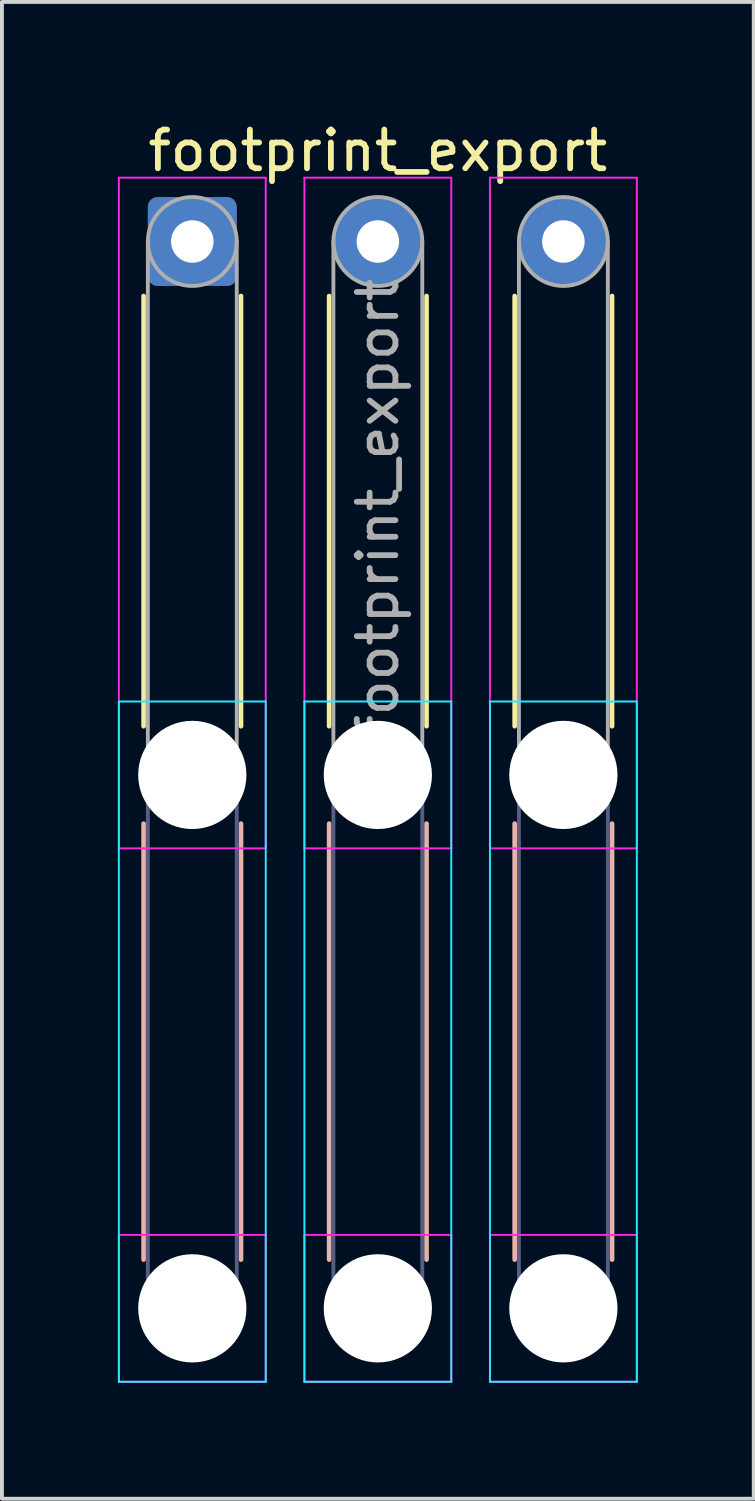
<source format=kicad_pcb>
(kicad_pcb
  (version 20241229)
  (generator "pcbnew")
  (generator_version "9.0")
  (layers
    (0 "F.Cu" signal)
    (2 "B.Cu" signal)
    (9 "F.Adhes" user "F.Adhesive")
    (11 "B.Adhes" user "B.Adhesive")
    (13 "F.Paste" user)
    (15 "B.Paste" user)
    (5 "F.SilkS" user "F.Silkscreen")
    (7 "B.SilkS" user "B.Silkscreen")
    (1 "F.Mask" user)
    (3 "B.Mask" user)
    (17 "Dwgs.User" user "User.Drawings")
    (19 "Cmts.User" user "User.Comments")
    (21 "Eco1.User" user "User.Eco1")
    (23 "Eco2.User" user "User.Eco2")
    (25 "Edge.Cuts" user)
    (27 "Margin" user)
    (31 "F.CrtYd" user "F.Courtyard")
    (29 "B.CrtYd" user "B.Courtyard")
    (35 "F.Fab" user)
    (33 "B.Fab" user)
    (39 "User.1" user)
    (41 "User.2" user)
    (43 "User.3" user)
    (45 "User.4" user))
  (footprint "footprint_export"
    (layer "F.Cu")
    (at 1.925 3.198)
    (property "Reference" "footprint_export" (at 4.8 -2.35 0) (layer "F.SilkS") (effects (font (size 1 1) (thickness 0.15))))
    (attr exclude_from_pos_files exclude_from_bom)
    (fp_line (start -1.26 1.41) (end -1.26 12.54) (stroke (width 0.12) (type solid)) (layer "F.SilkS"))
    (fp_line (start 1.26 1.41) (end 1.26 12.54) (stroke (width 0.12) (type solid)) (layer "F.SilkS"))
    (fp_line (start 3.54 1.41) (end 3.54 12.54) (stroke (width 0.12) (type solid)) (layer "F.SilkS"))
    (fp_line (start 6.06 1.41) (end 6.06 12.54) (stroke (width 0.12) (type solid)) (layer "F.SilkS"))
    (fp_line (start 8.34 1.41) (end 8.34 12.54) (stroke (width 0.12) (type solid)) (layer "F.SilkS"))
    (fp_line (start 10.86 1.41) (end 10.86 12.54) (stroke (width 0.12) (type solid)) (layer "F.SilkS"))
    (fp_line (start -1.26 15.06) (end -1.26 26.34) (stroke (width 0.12) (type solid)) (layer "B.SilkS"))
    (fp_line (start 1.26 15.06) (end 1.26 26.34) (stroke (width 0.12) (type solid)) (layer "B.SilkS"))
    (fp_line (start 3.54 15.06) (end 3.54 26.34) (stroke (width 0.12) (type solid)) (layer "B.SilkS"))
    (fp_line (start 6.06 15.06) (end 6.06 26.34) (stroke (width 0.12) (type solid)) (layer "B.SilkS"))
    (fp_line (start 8.34 15.06) (end 8.34 26.34) (stroke (width 0.12) (type solid)) (layer "B.SilkS"))
    (fp_line (start 10.86 15.06) (end 10.86 26.34) (stroke (width 0.12) (type solid)) (layer "B.SilkS"))
    (fp_line (start -1.9 11.9) (end -1.9 29.5) (stroke (width 0.05) (type solid)) (layer "B.CrtYd"))
    (fp_line (start -1.9 29.5) (end 1.9 29.5) (stroke (width 0.05) (type solid)) (layer "B.CrtYd"))
    (fp_line (start 1.9 11.9) (end -1.9 11.9) (stroke (width 0.05) (type solid)) (layer "B.CrtYd"))
    (fp_line (start 1.9 29.5) (end 1.9 11.9) (stroke (width 0.05) (type solid)) (layer "B.CrtYd"))
    (fp_line (start 2.9 11.9) (end 2.9 29.5) (stroke (width 0.05) (type solid)) (layer "B.CrtYd"))
    (fp_line (start 2.9 29.5) (end 6.7 29.5) (stroke (width 0.05) (type solid)) (layer "B.CrtYd"))
    (fp_line (start 6.7 11.9) (end 2.9 11.9) (stroke (width 0.05) (type solid)) (layer "B.CrtYd"))
    (fp_line (start 6.7 29.5) (end 6.7 11.9) (stroke (width 0.05) (type solid)) (layer "B.CrtYd"))
    (fp_line (start 7.7 11.9) (end 7.7 29.5) (stroke (width 0.05) (type solid)) (layer "B.CrtYd"))
    (fp_line (start 7.7 29.5) (end 11.5 29.5) (stroke (width 0.05) (type solid)) (layer "B.CrtYd"))
    (fp_line (start 11.5 11.9) (end 7.7 11.9) (stroke (width 0.05) (type solid)) (layer "B.CrtYd"))
    (fp_line (start 11.5 29.5) (end 11.5 11.9) (stroke (width 0.05) (type solid)) (layer "B.CrtYd"))
    (fp_line (start -1.9 -1.65) (end -1.9 15.7) (stroke (width 0.05) (type solid)) (layer "F.CrtYd"))
    (fp_line (start -1.9 15.7) (end 1.9 15.7) (stroke (width 0.05) (type solid)) (layer "F.CrtYd"))
    (fp_line (start -1.9 25.7) (end -1.9 29.5) (stroke (width 0.05) (type solid)) (layer "F.CrtYd"))
    (fp_line (start -1.9 29.5) (end 1.9 29.5) (stroke (width 0.05) (type solid)) (layer "F.CrtYd"))
    (fp_line (start 1.9 -1.65) (end -1.9 -1.65) (stroke (width 0.05) (type solid)) (layer "F.CrtYd"))
    (fp_line (start 1.9 15.7) (end 1.9 -1.65) (stroke (width 0.05) (type solid)) (layer "F.CrtYd"))
    (fp_line (start 1.9 25.7) (end -1.9 25.7) (stroke (width 0.05) (type solid)) (layer "F.CrtYd"))
    (fp_line (start 1.9 29.5) (end 1.9 25.7) (stroke (width 0.05) (type solid)) (layer "F.CrtYd"))
    (fp_line (start 2.9 -1.65) (end 2.9 15.7) (stroke (width 0.05) (type solid)) (layer "F.CrtYd"))
    (fp_line (start 2.9 15.7) (end 6.7 15.7) (stroke (width 0.05) (type solid)) (layer "F.CrtYd"))
    (fp_line (start 2.9 25.7) (end 2.9 29.5) (stroke (width 0.05) (type solid)) (layer "F.CrtYd"))
    (fp_line (start 2.9 29.5) (end 6.7 29.5) (stroke (width 0.05) (type solid)) (layer "F.CrtYd"))
    (fp_line (start 6.7 -1.65) (end 2.9 -1.65) (stroke (width 0.05) (type solid)) (layer "F.CrtYd"))
    (fp_line (start 6.7 15.7) (end 6.7 -1.65) (stroke (width 0.05) (type solid)) (layer "F.CrtYd"))
    (fp_line (start 6.7 25.7) (end 2.9 25.7) (stroke (width 0.05) (type solid)) (layer "F.CrtYd"))
    (fp_line (start 6.7 29.5) (end 6.7 25.7) (stroke (width 0.05) (type solid)) (layer "F.CrtYd"))
    (fp_line (start 7.7 -1.65) (end 7.7 15.7) (stroke (width 0.05) (type solid)) (layer "F.CrtYd"))
    (fp_line (start 7.7 15.7) (end 11.5 15.7) (stroke (width 0.05) (type solid)) (layer "F.CrtYd"))
    (fp_line (start 7.7 25.7) (end 7.7 29.5) (stroke (width 0.05) (type solid)) (layer "F.CrtYd"))
    (fp_line (start 7.7 29.5) (end 11.5 29.5) (stroke (width 0.05) (type solid)) (layer "F.CrtYd"))
    (fp_line (start 11.5 -1.65) (end 7.7 -1.65) (stroke (width 0.05) (type solid)) (layer "F.CrtYd"))
    (fp_line (start 11.5 15.7) (end 11.5 -1.65) (stroke (width 0.05) (type solid)) (layer "F.CrtYd"))
    (fp_line (start 11.5 25.7) (end 7.7 25.7) (stroke (width 0.05) (type solid)) (layer "F.CrtYd"))
    (fp_line (start 11.5 29.5) (end 11.5 25.7) (stroke (width 0.05) (type solid)) (layer "F.CrtYd"))
    (fp_line (start -1.15 13.8) (end -1.15 27.6) (stroke (width 0.1) (type solid)) (layer "B.Fab"))
    (fp_line (start 1.15 13.8) (end 1.15 27.6) (stroke (width 0.1) (type solid)) (layer "B.Fab"))
    (fp_line (start 3.65 13.8) (end 3.65 27.6) (stroke (width 0.1) (type solid)) (layer "B.Fab"))
    (fp_line (start 5.95 13.8) (end 5.95 27.6) (stroke (width 0.1) (type solid)) (layer "B.Fab"))
    (fp_line (start 8.45 13.8) (end 8.45 27.6) (stroke (width 0.1) (type solid)) (layer "B.Fab"))
    (fp_line (start 10.75 13.8) (end 10.75 27.6) (stroke (width 0.1) (type solid)) (layer "B.Fab"))
    (fp_circle (center 0 13.8) (end 1.15 13.8) (stroke (width 0.1) (type solid)) (fill no) (layer "B.Fab"))
    (fp_circle (center 0 27.6) (end 1.15 27.6) (stroke (width 0.1) (type solid)) (fill no) (layer "B.Fab"))
    (fp_circle (center 4.8 13.8) (end 5.95 13.8) (stroke (width 0.1) (type solid)) (fill no) (layer "B.Fab"))
    (fp_circle (center 4.8 27.6) (end 5.95 27.6) (stroke (width 0.1) (type solid)) (fill no) (layer "B.Fab"))
    (fp_circle (center 9.6 13.8) (end 10.75 13.8) (stroke (width 0.1) (type solid)) (fill no) (layer "B.Fab"))
    (fp_circle (center 9.6 27.6) (end 10.75 27.6) (stroke (width 0.1) (type solid)) (fill no) (layer "B.Fab"))
    (fp_line (start -1.15 0) (end -1.15 13.8) (stroke (width 0.1) (type solid)) (layer "F.Fab"))
    (fp_line (start 1.15 0) (end 1.15 13.8) (stroke (width 0.1) (type solid)) (layer "F.Fab"))
    (fp_line (start 3.65 0) (end 3.65 13.8) (stroke (width 0.1) (type solid)) (layer "F.Fab"))
    (fp_line (start 5.95 0) (end 5.95 13.8) (stroke (width 0.1) (type solid)) (layer "F.Fab"))
    (fp_line (start 8.45 0) (end 8.45 13.8) (stroke (width 0.1) (type solid)) (layer "F.Fab"))
    (fp_line (start 10.75 0) (end 10.75 13.8) (stroke (width 0.1) (type solid)) (layer "F.Fab"))
    (fp_circle (center 0 0) (end 1.15 0) (stroke (width 0.1) (type solid)) (fill no) (layer "F.Fab"))
    (fp_circle (center 0 13.8) (end 1.15 13.8) (stroke (width 0.1) (type solid)) (fill no) (layer "F.Fab"))
    (fp_circle (center 0 27.6) (end 1.15 27.6) (stroke (width 0.1) (type solid)) (fill no) (layer "F.Fab"))
    (fp_circle (center 4.8 0) (end 5.95 0) (stroke (width 0.1) (type solid)) (fill no) (layer "F.Fab"))
    (fp_circle (center 4.8 13.8) (end 5.95 13.8) (stroke (width 0.1) (type solid)) (fill no) (layer "F.Fab"))
    (fp_circle (center 4.8 27.6) (end 5.95 27.6) (stroke (width 0.1) (type solid)) (fill no) (layer "F.Fab"))
    (fp_circle (center 9.6 0) (end 10.75 0) (stroke (width 0.1) (type solid)) (fill no) (layer "F.Fab"))
    (fp_circle (center 9.6 13.8) (end 10.75 13.8) (stroke (width 0.1) (type solid)) (fill no) (layer "F.Fab"))
    (fp_circle (center 9.6 27.6) (end 10.75 27.6) (stroke (width 0.1) (type solid)) (fill no) (layer "F.Fab"))
    (fp_text user "${REFERENCE}" (at 4.8 6.9 90) (layer "F.Fab") (effects (font (size 1 1) (thickness 0.15))))
    (pad "" np_thru_hole circle (at 0 13.8) (size 2.8 2.8) (drill 2.8) (layers "*.Cu" "*.Mask"))
    (pad "" np_thru_hole circle (at 0 27.6) (size 2.8 2.8) (drill 2.8) (layers "*.Cu" "*.Mask"))
    (pad "" np_thru_hole circle (at 4.8 13.8) (size 2.8 2.8) (drill 2.8) (layers "*.Cu" "*.Mask"))
    (pad "" np_thru_hole circle (at 4.8 27.6) (size 2.8 2.8) (drill 2.8) (layers "*.Cu" "*.Mask"))
    (pad "" np_thru_hole circle (at 9.6 13.8) (size 2.8 2.8) (drill 2.8) (layers "*.Cu" "*.Mask"))
    (pad "" np_thru_hole circle (at 9.6 27.6) (size 2.8 2.8) (drill 2.8) (layers "*.Cu" "*.Mask"))
    (pad "1" thru_hole roundrect (at 0 0) (size 2.3 2.3) (drill 1.1) (layers "*.Cu" "*.Mask") (roundrect_rratio 0.109))
    (pad "2" thru_hole circle (at 4.8 0) (size 2.3 2.3) (drill 1.1) (layers "*.Cu" "*.Mask"))
    (pad "3" thru_hole circle (at 9.6 0) (size 2.3 2.3) (drill 1.1) (layers "*.Cu" "*.Mask")))
  (gr_rect
    (start -3 -3)
    (end 16.45 35.723)
    (stroke (width 0.1) (type default))
    (fill no)
    (layer "Edge.Cuts")))
</source>
